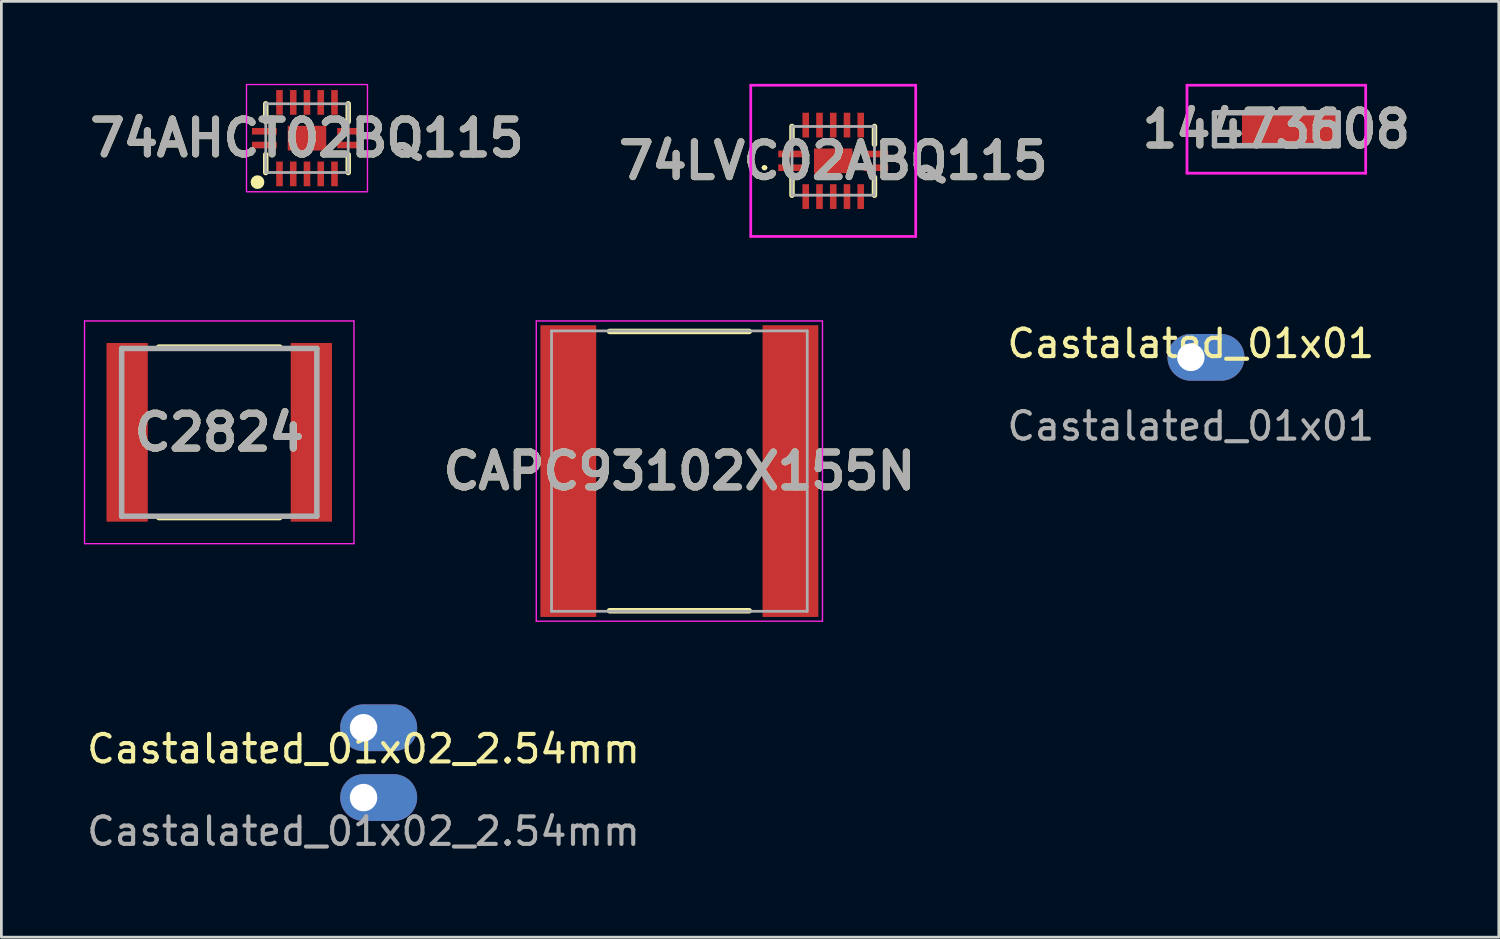
<source format=kicad_pcb>
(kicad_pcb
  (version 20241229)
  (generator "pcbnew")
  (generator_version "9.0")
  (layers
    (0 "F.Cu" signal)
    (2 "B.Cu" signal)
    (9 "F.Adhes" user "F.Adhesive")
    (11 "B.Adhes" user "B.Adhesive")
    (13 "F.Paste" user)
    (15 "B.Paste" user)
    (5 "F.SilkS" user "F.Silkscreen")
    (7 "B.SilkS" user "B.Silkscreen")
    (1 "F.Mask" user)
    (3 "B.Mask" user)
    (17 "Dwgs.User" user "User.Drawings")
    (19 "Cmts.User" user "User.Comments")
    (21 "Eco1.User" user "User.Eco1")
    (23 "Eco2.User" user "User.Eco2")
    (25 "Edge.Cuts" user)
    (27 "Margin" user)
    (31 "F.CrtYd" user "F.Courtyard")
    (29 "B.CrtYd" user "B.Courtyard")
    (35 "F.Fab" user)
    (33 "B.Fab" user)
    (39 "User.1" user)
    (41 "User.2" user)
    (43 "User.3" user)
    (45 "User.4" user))
  (footprint "Castalated_01x01"
    (layer "F.Cu")
    (at 40.264 9.948)
    (property "Reference" "Castalated_01x01" (at 0 -0.5 0) (unlocked yes) (layer "F.SilkS") (effects (font (size 1 1) (thickness 0.15))))
    (attr through_hole)
    (fp_text user "${REFERENCE}" (at 0 2.5 0) (unlocked yes) (layer "F.Fab") (effects (font (size 1 1) (thickness 0.15))))
    (pad "1" thru_hole oval (at 0 0) (size 2.8 1.7) (drill 1 (offset 0.55 0)) (layers "*.Cu" "*.Mask")))
  (footprint "C2824"
    (layer "F.Cu")
    (at 4.925 12.675)
    (property "Reference" "C2824" (at 0 0 0) (layer "F.SilkS") (effects (font (size 1.27 1.27) (thickness 0.254))))
    (attr smd)
    (fp_line (start -2.2 -3.1) (end 2.2 -3.1) (stroke (width 0.2) (type solid)) (layer "F.SilkS"))
    (fp_line (start -2.2 3.1) (end 2.2 3.1) (stroke (width 0.2) (type solid)) (layer "F.SilkS"))
    (fp_line (start -4.9 -4.05) (end 4.9 -4.05) (stroke (width 0.05) (type solid)) (layer "F.CrtYd"))
    (fp_line (start -4.9 4.05) (end -4.9 -4.05) (stroke (width 0.05) (type solid)) (layer "F.CrtYd"))
    (fp_line (start 4.9 -4.05) (end 4.9 4.05) (stroke (width 0.05) (type solid)) (layer "F.CrtYd"))
    (fp_line (start 4.9 4.05) (end -4.9 4.05) (stroke (width 0.05) (type solid)) (layer "F.CrtYd"))
    (fp_line (start -3.55 -3.05) (end 3.55 -3.05) (stroke (width 0.2) (type solid)) (layer "F.Fab"))
    (fp_line (start -3.55 3.05) (end -3.55 -3.05) (stroke (width 0.2) (type solid)) (layer "F.Fab"))
    (fp_line (start 3.55 -3.05) (end 3.55 3.05) (stroke (width 0.2) (type solid)) (layer "F.Fab"))
    (fp_line (start 3.55 3.05) (end -3.55 3.05) (stroke (width 0.2) (type solid)) (layer "F.Fab"))
    (fp_text user "${REFERENCE}" (at 0 0 0) (layer "F.Fab") (effects (font (size 1.27 1.27) (thickness 0.254))))
    (pad "1" smd rect (at -3.35 0) (size 1.5 6.5) (layers "F.Cu" "F.Mask" "F.Paste"))
    (pad "2" smd rect (at 3.35 0) (size 1.5 6.5) (layers "F.Cu" "F.Mask" "F.Paste")))
  (footprint "14473608"
    (layer "F.Cu")
    (at 43.374 1.65)
    (property "Reference" "14473608" (at 0 0 0) (layer "F.SilkS") (effects (font (size 1.27 1.27) (thickness 0.254))))
    (attr smd)
    (fp_line (start -2.25 -0.6) (end -2.25 -0.6) (stroke (width 0.1) (type solid)) (layer "F.SilkS"))
    (fp_line (start -2.25 -0.6) (end -2.25 0.6) (stroke (width 0.1) (type solid)) (layer "F.SilkS"))
    (fp_line (start -2.25 0.6) (end -2.25 -0.6) (stroke (width 0.1) (type solid)) (layer "F.SilkS"))
    (fp_line (start -2.25 0.6) (end -2.25 0.6) (stroke (width 0.1) (type solid)) (layer "F.SilkS"))
    (fp_line (start -3.25 -1.6) (end 3.25 -1.6) (stroke (width 0.1) (type solid)) (layer "F.CrtYd"))
    (fp_line (start -3.25 1.6) (end -3.25 -1.6) (stroke (width 0.1) (type solid)) (layer "F.CrtYd"))
    (fp_line (start 3.25 -1.6) (end 3.25 1.6) (stroke (width 0.1) (type solid)) (layer "F.CrtYd"))
    (fp_line (start 3.25 1.6) (end -3.25 1.6) (stroke (width 0.1) (type solid)) (layer "F.CrtYd"))
    (fp_line (start -2.25 -0.6) (end -2.25 0.6) (stroke (width 0.2) (type solid)) (layer "F.Fab"))
    (fp_line (start -2.25 0.6) (end 2.25 0.6) (stroke (width 0.2) (type solid)) (layer "F.Fab"))
    (fp_line (start 2.25 -0.6) (end -2.25 -0.6) (stroke (width 0.2) (type solid)) (layer "F.Fab"))
    (fp_line (start 2.25 0.6) (end 2.25 -0.6) (stroke (width 0.2) (type solid)) (layer "F.Fab"))
    (fp_text user "${REFERENCE}" (at 0 0 0) (layer "F.Fab") (effects (font (size 1.27 1.27) (thickness 0.254))))
    (pad "1" smd rect (at 0.5 0 90) (size 1.2 3.5) (layers "F.Cu" "F.Mask" "F.Paste")))
  (footprint "CAPC93102X155N"
    (layer "F.Cu")
    (at 21.661 14.085)
    (property "Reference" "CAPC93102X155N" (at 0 0 0) (layer "F.SilkS") (effects (font (size 1.27 1.27) (thickness 0.254))))
    (attr smd)
    (fp_line (start -2.54 -5.08) (end 2.54 -5.08) (stroke (width 0.2) (type solid)) (layer "F.SilkS"))
    (fp_line (start -2.54 5.08) (end 2.54 5.08) (stroke (width 0.2) (type solid)) (layer "F.SilkS"))
    (fp_line (start -5.205 -5.46) (end 5.205 -5.46) (stroke (width 0.05) (type solid)) (layer "F.CrtYd"))
    (fp_line (start -5.205 5.46) (end -5.205 -5.46) (stroke (width 0.05) (type solid)) (layer "F.CrtYd"))
    (fp_line (start 5.205 -5.46) (end 5.205 5.46) (stroke (width 0.05) (type solid)) (layer "F.CrtYd"))
    (fp_line (start 5.205 5.46) (end -5.205 5.46) (stroke (width 0.05) (type solid)) (layer "F.CrtYd"))
    (fp_line (start -4.65 -5.1) (end 4.65 -5.1) (stroke (width 0.1) (type solid)) (layer "F.Fab"))
    (fp_line (start -4.65 5.1) (end -4.65 -5.1) (stroke (width 0.1) (type solid)) (layer "F.Fab"))
    (fp_line (start 4.65 -5.1) (end 4.65 5.1) (stroke (width 0.1) (type solid)) (layer "F.Fab"))
    (fp_line (start 4.65 5.1) (end -4.65 5.1) (stroke (width 0.1) (type solid)) (layer "F.Fab"))
    (fp_text user "${REFERENCE}" (at 0 0 0) (layer "F.Fab") (effects (font (size 1.27 1.27) (thickness 0.254))))
    (pad "1" smd rect (at -4.04 0) (size 2.03 10.61) (layers "F.Cu" "F.Mask" "F.Paste"))
    (pad "2" smd rect (at 4.04 0) (size 2.03 10.61) (layers "F.Cu" "F.Mask" "F.Paste")))
  (footprint "74AHCT02BQ115"
    (layer "F.Cu")
    (at 8.116 1.975)
    (property "Reference" "74AHCT02BQ115" (at 0 0 0) (layer "F.SilkS") (effects (font (size 1.27 1.27) (thickness 0.254))))
    (attr smd)
    (fp_line (start -1.5 -0.6) (end -1.5 -1.25) (stroke (width 0.2) (type solid)) (layer "F.SilkS"))
    (fp_line (start -1.5 0.6) (end -1.5 1.25) (stroke (width 0.2) (type solid)) (layer "F.SilkS"))
    (fp_line (start 1.5 -0.6) (end 1.5 -1.25) (stroke (width 0.2) (type solid)) (layer "F.SilkS"))
    (fp_line (start 1.5 1.25) (end 1.5 0.6) (stroke (width 0.2) (type solid)) (layer "F.SilkS"))
    (fp_circle (center -1.8 1.6) (end -1.8 1.725) (stroke (width 0.25) (type solid)) (fill no) (layer "F.SilkS"))
    (fp_rect (start -2.2 -1.95) (end 2.2 1.95) (stroke (width 0.05) (type default)) (fill no) (layer "F.CrtYd"))
    (fp_line (start -1.5 -1.25) (end 1.5 -1.25) (stroke (width 0.1) (type solid)) (layer "F.Fab"))
    (fp_line (start -1.5 1.25) (end -1.5 -1.25) (stroke (width 0.1) (type solid)) (layer "F.Fab"))
    (fp_line (start 1.5 -1.25) (end 1.5 1.25) (stroke (width 0.1) (type solid)) (layer "F.Fab"))
    (fp_line (start 1.5 1.25) (end -1.5 1.25) (stroke (width 0.1) (type solid)) (layer "F.Fab"))
    (fp_text user "${REFERENCE}" (at 0 0 0) (layer "F.Fab") (effects (font (size 1.27 1.27) (thickness 0.254))))
    (pad "1" smd rect (at -1.55 0.25 90) (size 0.24 0.9) (layers "F.Cu" "F.Mask" "F.Paste"))
    (pad "2" smd rect (at -1 1.3) (size 0.24 0.9) (layers "F.Cu" "F.Mask" "F.Paste"))
    (pad "3" smd rect (at -0.5 1.3) (size 0.24 0.9) (layers "F.Cu" "F.Mask" "F.Paste"))
    (pad "4" smd rect (at 0 1.3) (size 0.24 0.9) (layers "F.Cu" "F.Mask" "F.Paste"))
    (pad "5" smd rect (at 0.5 1.3) (size 0.24 0.9) (layers "F.Cu" "F.Mask" "F.Paste"))
    (pad "6" smd rect (at 1 1.3) (size 0.24 0.9) (layers "F.Cu" "F.Mask" "F.Paste"))
    (pad "7" smd rect (at 1.55 0.25 90) (size 0.24 0.9) (layers "F.Cu" "F.Mask" "F.Paste"))
    (pad "8" smd rect (at 1.55 -0.25 90) (size 0.24 0.9) (layers "F.Cu" "F.Mask" "F.Paste"))
    (pad "9" smd rect (at 1 -1.3) (size 0.24 0.9) (layers "F.Cu" "F.Mask" "F.Paste"))
    (pad "10" smd rect (at 0.5 -1.3) (size 0.24 0.9) (layers "F.Cu" "F.Mask" "F.Paste"))
    (pad "11" smd rect (at 0 -1.3) (size 0.24 0.9) (layers "F.Cu" "F.Mask" "F.Paste"))
    (pad "12" smd rect (at -0.5 -1.3) (size 0.24 0.9) (layers "F.Cu" "F.Mask" "F.Paste"))
    (pad "13" smd rect (at -1 -1.3) (size 0.24 0.9) (layers "F.Cu" "F.Mask" "F.Paste"))
    (pad "14" smd rect (at -1.55 -0.25 90) (size 0.24 0.9) (layers "F.Cu" "F.Mask" "F.Paste"))
    (pad "15" smd rect (at 0 0 90) (size 0.9 1.4) (layers "F.Cu" "F.Mask" "F.Paste")))
  (footprint "Castalated_01x02_2.54mm"
    (layer "F.Cu")
    (at 10.173 24.69)
    (property "Reference" "Castalated_01x02_2.54mm" (at 0 -0.5 0) (unlocked yes) (layer "F.SilkS") (effects (font (size 1 1) (thickness 0.15))))
    (attr through_hole)
    (fp_text user "${REFERENCE}" (at 0 2.5 0) (unlocked yes) (layer "F.Fab") (effects (font (size 1 1) (thickness 0.15))))
    (pad "1" thru_hole oval (at 0 -1.27) (size 2.8 1.7) (drill 1 (offset 0.55 0)) (layers "*.Cu" "*.Mask"))
    (pad "2" thru_hole oval (at 0 1.27) (size 2.8 1.7) (drill 1 (offset 0.55 0)) (layers "*.Cu" "*.Mask")))
  (footprint "74LVC02ABQ115"
    (layer "F.Cu")
    (at 27.257 2.8)
    (property "Reference" "74LVC02ABQ115" (at 0 0 0) (layer "F.SilkS") (effects (font (size 1.27 1.27) (thickness 0.254))))
    (attr smd)
    (fp_line (start -2.55 0.25) (end -2.55 0.25) (stroke (width 0.1) (type solid)) (layer "F.SilkS"))
    (fp_line (start -2.45 0.25) (end -2.45 0.25) (stroke (width 0.1) (type solid)) (layer "F.SilkS"))
    (fp_line (start -1.5 -0.6) (end -1.5 -1.25) (stroke (width 0.2) (type solid)) (layer "F.SilkS"))
    (fp_line (start -1.5 0.6) (end -1.5 1.25) (stroke (width 0.2) (type solid)) (layer "F.SilkS"))
    (fp_line (start 1.5 -0.6) (end 1.5 -1.25) (stroke (width 0.2) (type solid)) (layer "F.SilkS"))
    (fp_line (start 1.5 1.25) (end 1.5 0.6) (stroke (width 0.2) (type solid)) (layer "F.SilkS"))
    (fp_arc (start -2.55 0.25) (mid -2.5 0.2) (end -2.45 0.25) (stroke (width 0.1) (type solid)) (layer "F.SilkS"))
    (fp_arc (start -2.45 0.25) (mid -2.5 0.3) (end -2.55 0.25) (stroke (width 0.1) (type solid)) (layer "F.SilkS"))
    (fp_line (start -3 -2.75) (end 3 -2.75) (stroke (width 0.1) (type solid)) (layer "F.CrtYd"))
    (fp_line (start -3 2.75) (end -3 -2.75) (stroke (width 0.1) (type solid)) (layer "F.CrtYd"))
    (fp_line (start 3 -2.75) (end 3 2.75) (stroke (width 0.1) (type solid)) (layer "F.CrtYd"))
    (fp_line (start 3 2.75) (end -3 2.75) (stroke (width 0.1) (type solid)) (layer "F.CrtYd"))
    (fp_line (start -1.5 -1.25) (end 1.5 -1.25) (stroke (width 0.1) (type solid)) (layer "F.Fab"))
    (fp_line (start -1.5 1.25) (end -1.5 -1.25) (stroke (width 0.1) (type solid)) (layer "F.Fab"))
    (fp_line (start 1.5 -1.25) (end 1.5 1.25) (stroke (width 0.1) (type solid)) (layer "F.Fab"))
    (fp_line (start 1.5 1.25) (end -1.5 1.25) (stroke (width 0.1) (type solid)) (layer "F.Fab"))
    (fp_text user "${REFERENCE}" (at 0 0 0) (layer "F.Fab") (effects (font (size 1.27 1.27) (thickness 0.254))))
    (pad "1" smd rect (at -1.55 0.25 90) (size 0.24 0.9) (layers "F.Cu" "F.Mask" "F.Paste"))
    (pad "2" smd rect (at -1 1.3) (size 0.24 0.9) (layers "F.Cu" "F.Mask" "F.Paste"))
    (pad "3" smd rect (at -0.5 1.3) (size 0.24 0.9) (layers "F.Cu" "F.Mask" "F.Paste"))
    (pad "4" smd rect (at 0 1.3) (size 0.24 0.9) (layers "F.Cu" "F.Mask" "F.Paste"))
    (pad "5" smd rect (at 0.5 1.3) (size 0.24 0.9) (layers "F.Cu" "F.Mask" "F.Paste"))
    (pad "6" smd rect (at 1 1.3) (size 0.24 0.9) (layers "F.Cu" "F.Mask" "F.Paste"))
    (pad "7" smd rect (at 1.55 0.25 90) (size 0.24 0.9) (layers "F.Cu" "F.Mask" "F.Paste"))
    (pad "8" smd rect (at 1.55 -0.25 90) (size 0.24 0.9) (layers "F.Cu" "F.Mask" "F.Paste"))
    (pad "9" smd rect (at 1 -1.3) (size 0.24 0.9) (layers "F.Cu" "F.Mask" "F.Paste"))
    (pad "10" smd rect (at 0.5 -1.3) (size 0.24 0.9) (layers "F.Cu" "F.Mask" "F.Paste"))
    (pad "11" smd rect (at 0 -1.3) (size 0.24 0.9) (layers "F.Cu" "F.Mask" "F.Paste"))
    (pad "12" smd rect (at -0.5 -1.3) (size 0.24 0.9) (layers "F.Cu" "F.Mask" "F.Paste"))
    (pad "13" smd rect (at -1 -1.3) (size 0.24 0.9) (layers "F.Cu" "F.Mask" "F.Paste"))
    (pad "14" smd rect (at -1.55 -0.25 90) (size 0.24 0.9) (layers "F.Cu" "F.Mask" "F.Paste"))
    (pad "15" smd rect (at 0 0 90) (size 0.9 1.4) (layers "F.Cu" "F.Mask" "F.Paste")))
  (gr_rect
    (start -3 -3)
    (end 51.466 31.038)
    (stroke (width 0.1) (type default))
    (fill no)
    (layer "Edge.Cuts")))
</source>
